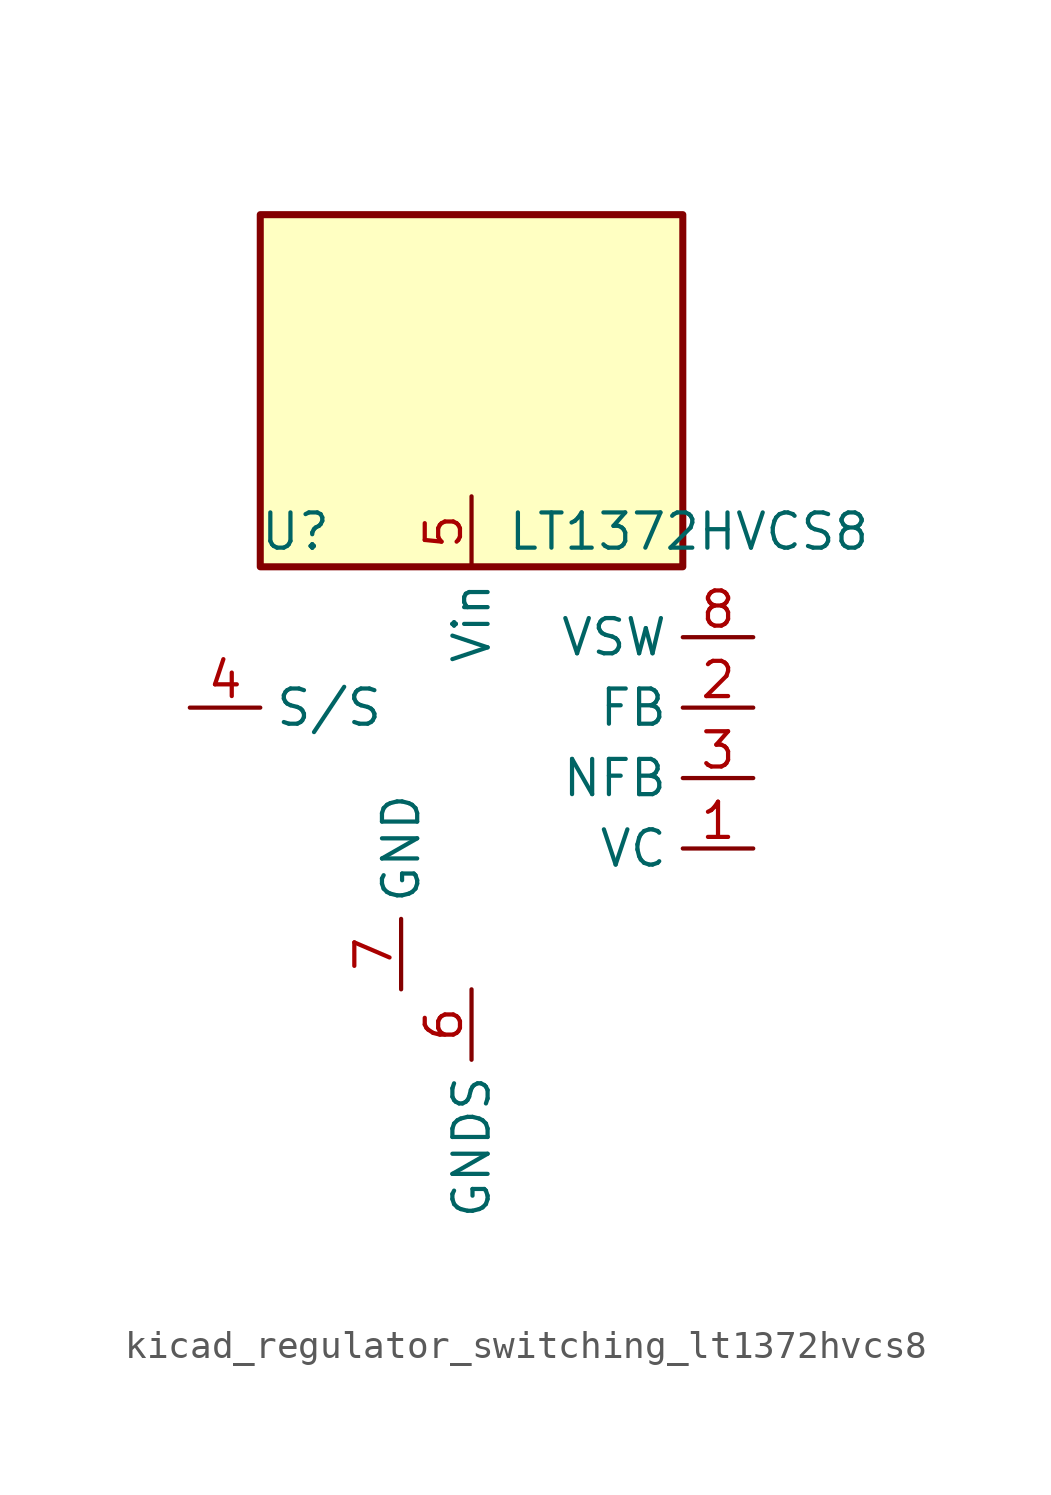
<source format=kicad_sym>
(kicad_symbol_lib
  (version 20220914)
  (generator kicad_symbol_editor)
  (symbol "kicad_regulator_switching_lt1372hvcs8"
    (property "Reference" "U"
      (at -6.35 8.89 0)
      (effects (font (size 1.27 1.27))))
    (property "Value" "LT1372HVCS8"
      (at 1.27 8.89 0)
      (effects (font (size 1.27 1.27)) (justify left)))
    (symbol "kicad_regulator_switching_lt1372hvcs8_0_1"
      (rectangle (start 7.62 20.32) (end -7.62 7.62) (stroke (width 0.254) (type default)) (fill (type background))))
    (symbol "kicad_regulator_switching_lt1372hvcs8_1_1"
      (pin passive line (at 10.16 -2.54 180) (length 2.54) (name "VC" (effects (font (size 1.27 1.27)))) (number "1" (effects (font (size 1.27 1.27)))))
      (pin passive line (at 10.16 2.54 180) (length 2.54) (name "FB" (effects (font (size 1.27 1.27)))) (number "2" (effects (font (size 1.27 1.27)))))
      (pin input line (at 10.16 0 180) (length 2.54) (name "NFB" (effects (font (size 1.27 1.27)))) (number "3" (effects (font (size 1.27 1.27)))))
      (pin input line (at -10.16 2.54 0) (length 2.54) (name "S/S" (effects (font (size 1.27 1.27)))) (number "4" (effects (font (size 1.27 1.27)))))
      (pin power_in line (at 0 10.16 270) (length 2.54) (name "Vin" (effects (font (size 1.27 1.27)))) (number "5" (effects (font (size 1.27 1.27)))))
      (pin power_in line (at 0 -7.62 270) (length 2.54) (name "GNDS" (effects (font (size 1.27 1.27)))) (number "6" (effects (font (size 1.27 1.27)))))
      (pin power_in line (at -2.54 -7.62 90) (length 2.54) (name "GND" (effects (font (size 1.27 1.27)))) (number "7" (effects (font (size 1.27 1.27)))))
      (pin output line (at 10.16 5.08 180) (length 2.54) (name "VSW" (effects (font (size 1.27 1.27)))) (number "8" (effects (font (size 1.27 1.27))))))))
</source>
